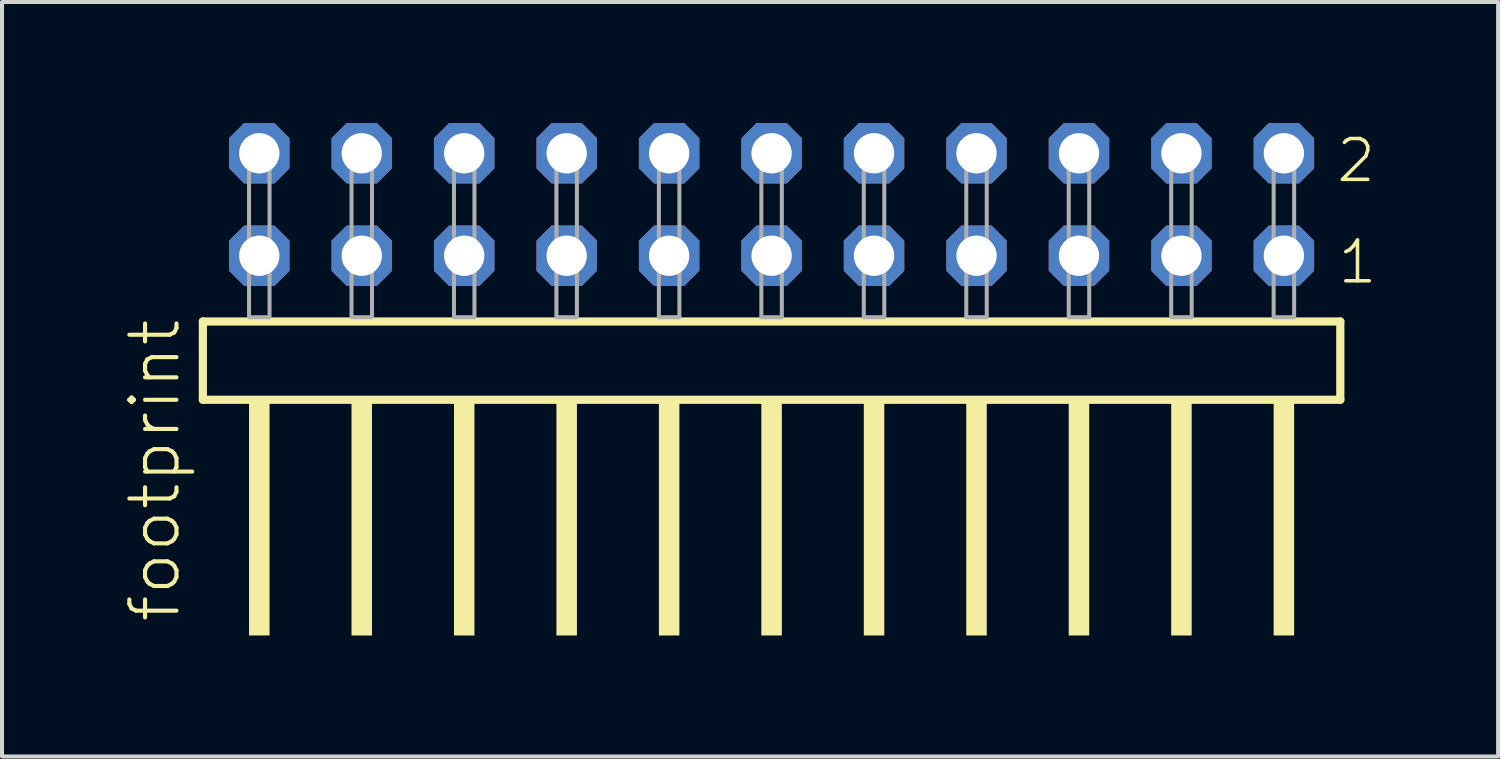
<source format=kicad_pcb>
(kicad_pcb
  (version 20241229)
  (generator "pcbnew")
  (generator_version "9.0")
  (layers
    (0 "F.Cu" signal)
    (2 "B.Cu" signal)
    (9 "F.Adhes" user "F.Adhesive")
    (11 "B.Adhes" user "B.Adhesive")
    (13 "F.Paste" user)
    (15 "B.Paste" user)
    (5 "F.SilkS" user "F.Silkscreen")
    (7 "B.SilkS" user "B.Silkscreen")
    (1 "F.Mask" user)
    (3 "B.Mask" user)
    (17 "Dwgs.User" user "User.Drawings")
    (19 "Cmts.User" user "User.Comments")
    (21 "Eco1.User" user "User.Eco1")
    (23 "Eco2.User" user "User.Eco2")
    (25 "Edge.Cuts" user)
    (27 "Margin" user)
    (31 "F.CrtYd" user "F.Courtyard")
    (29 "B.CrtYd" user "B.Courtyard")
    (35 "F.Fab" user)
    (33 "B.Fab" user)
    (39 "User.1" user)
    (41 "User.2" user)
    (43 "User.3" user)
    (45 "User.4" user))
  (footprint "footprint"
    (layer "F.Cu")
    (at 16.078 4.814)
    (property "Reference" "footprint" (at -14.605 7.62 90) (layer "F.SilkS") (effects (font (size 1.168 1.168) (thickness 0.102)) (justify left bottom)))
    (fp_line (start -14.099 0.106) (end -14.099 2.046) (stroke (width 0.203) (type solid)) (layer "F.SilkS"))
    (fp_line (start -14.099 2.046) (end 14.099 2.046) (stroke (width 0.203) (type solid)) (layer "F.SilkS"))
    (fp_line (start 14.099 0.106) (end -14.099 0.106) (stroke (width 0.203) (type solid)) (layer "F.SilkS"))
    (fp_line (start 14.099 2.046) (end 14.099 0.106) (stroke (width 0.203) (type solid)) (layer "F.SilkS"))
    (fp_poly (pts (xy -12.954 7.89) (xy -12.446 7.89) (xy -12.446 2.04) (xy -12.954 2.04)) (stroke (width 0) (type solid)) (fill yes) (layer "F.SilkS"))
    (fp_poly (pts (xy -10.414 7.89) (xy -9.906 7.89) (xy -9.906 2.04) (xy -10.414 2.04)) (stroke (width 0) (type solid)) (fill yes) (layer "F.SilkS"))
    (fp_poly (pts (xy -7.874 7.89) (xy -7.366 7.89) (xy -7.366 2.04) (xy -7.874 2.04)) (stroke (width 0) (type solid)) (fill yes) (layer "F.SilkS"))
    (fp_poly (pts (xy -5.334 7.89) (xy -4.826 7.89) (xy -4.826 2.04) (xy -5.334 2.04)) (stroke (width 0) (type solid)) (fill yes) (layer "F.SilkS"))
    (fp_poly (pts (xy -2.794 7.89) (xy -2.286 7.89) (xy -2.286 2.04) (xy -2.794 2.04)) (stroke (width 0) (type solid)) (fill yes) (layer "F.SilkS"))
    (fp_poly (pts (xy -0.254 7.89) (xy 0.254 7.89) (xy 0.254 2.04) (xy -0.254 2.04)) (stroke (width 0) (type solid)) (fill yes) (layer "F.SilkS"))
    (fp_poly (pts (xy 2.286 7.89) (xy 2.794 7.89) (xy 2.794 2.04) (xy 2.286 2.04)) (stroke (width 0) (type solid)) (fill yes) (layer "F.SilkS"))
    (fp_poly (pts (xy 4.826 7.89) (xy 5.334 7.89) (xy 5.334 2.04) (xy 4.826 2.04)) (stroke (width 0) (type solid)) (fill yes) (layer "F.SilkS"))
    (fp_poly (pts (xy 7.366 7.89) (xy 7.874 7.89) (xy 7.874 2.04) (xy 7.366 2.04)) (stroke (width 0) (type solid)) (fill yes) (layer "F.SilkS"))
    (fp_poly (pts (xy 9.906 7.89) (xy 10.414 7.89) (xy 10.414 2.04) (xy 9.906 2.04)) (stroke (width 0) (type solid)) (fill yes) (layer "F.SilkS"))
    (fp_poly (pts (xy 12.446 7.89) (xy 12.954 7.89) (xy 12.954 2.04) (xy 12.446 2.04)) (stroke (width 0) (type solid)) (fill yes) (layer "F.SilkS"))
    (fp_poly (pts (xy -12.954 0) (xy -12.446 0) (xy -12.446 -4.318) (xy -12.954 -4.318)) (stroke (width 0.1) (type solid)) (fill no) (layer "F.Fab"))
    (fp_poly (pts (xy -10.414 0) (xy -9.906 0) (xy -9.906 -4.318) (xy -10.414 -4.318)) (stroke (width 0.1) (type solid)) (fill no) (layer "F.Fab"))
    (fp_poly (pts (xy -7.874 0) (xy -7.366 0) (xy -7.366 -4.318) (xy -7.874 -4.318)) (stroke (width 0.1) (type solid)) (fill no) (layer "F.Fab"))
    (fp_poly (pts (xy -5.334 0) (xy -4.826 0) (xy -4.826 -4.318) (xy -5.334 -4.318)) (stroke (width 0.1) (type solid)) (fill no) (layer "F.Fab"))
    (fp_poly (pts (xy -2.794 0) (xy -2.286 0) (xy -2.286 -4.318) (xy -2.794 -4.318)) (stroke (width 0.1) (type solid)) (fill no) (layer "F.Fab"))
    (fp_poly (pts (xy -0.254 0) (xy 0.254 0) (xy 0.254 -4.318) (xy -0.254 -4.318)) (stroke (width 0.1) (type solid)) (fill no) (layer "F.Fab"))
    (fp_poly (pts (xy 2.286 0) (xy 2.794 0) (xy 2.794 -4.318) (xy 2.286 -4.318)) (stroke (width 0.1) (type solid)) (fill no) (layer "F.Fab"))
    (fp_poly (pts (xy 4.826 0) (xy 5.334 0) (xy 5.334 -4.318) (xy 4.826 -4.318)) (stroke (width 0.1) (type solid)) (fill no) (layer "F.Fab"))
    (fp_poly (pts (xy 7.366 0) (xy 7.874 0) (xy 7.874 -4.318) (xy 7.366 -4.318)) (stroke (width 0.1) (type solid)) (fill no) (layer "F.Fab"))
    (fp_poly (pts (xy 9.906 0) (xy 10.414 0) (xy 10.414 -4.318) (xy 9.906 -4.318)) (stroke (width 0.1) (type solid)) (fill no) (layer "F.Fab"))
    (fp_poly (pts (xy 12.446 0) (xy 12.954 0) (xy 12.954 -4.318) (xy 12.446 -4.318)) (stroke (width 0.1) (type solid)) (fill no) (layer "F.Fab"))
    (fp_text user "2" (at 13.95 -3.29 0) (layer "F.SilkS") (effects (font (size 1.012 1.012) (thickness 0.088)) (justify left bottom)))
    (fp_text user "1" (at 13.985 -0.775 0) (layer "F.SilkS") (effects (font (size 1.012 1.012) (thickness 0.088)) (justify left bottom)))
    (pad "1" thru_hole roundrect (at 12.7 -1.524 180) (size 1.5 1.5) (drill 1) (layers "*.Cu" "*.Mask") (roundrect_rratio 0.25) (chamfer_ratio 0.25) (chamfer top_left top_right bottom_left bottom_right))
    (pad "2" thru_hole roundrect (at 12.7 -4.064 180) (size 1.5 1.5) (drill 1) (layers "*.Cu" "*.Mask") (roundrect_rratio 0.25) (chamfer_ratio 0.25) (chamfer top_left top_right bottom_left bottom_right))
    (pad "3" thru_hole roundrect (at 10.16 -1.524 180) (size 1.5 1.5) (drill 1) (layers "*.Cu" "*.Mask") (roundrect_rratio 0.25) (chamfer_ratio 0.25) (chamfer top_left top_right bottom_left bottom_right))
    (pad "4" thru_hole roundrect (at 10.16 -4.064 180) (size 1.5 1.5) (drill 1) (layers "*.Cu" "*.Mask") (roundrect_rratio 0.25) (chamfer_ratio 0.25) (chamfer top_left top_right bottom_left bottom_right))
    (pad "5" thru_hole roundrect (at 7.62 -1.524 180) (size 1.5 1.5) (drill 1) (layers "*.Cu" "*.Mask") (roundrect_rratio 0.25) (chamfer_ratio 0.25) (chamfer top_left top_right bottom_left bottom_right))
    (pad "6" thru_hole roundrect (at 7.62 -4.064 180) (size 1.5 1.5) (drill 1) (layers "*.Cu" "*.Mask") (roundrect_rratio 0.25) (chamfer_ratio 0.25) (chamfer top_left top_right bottom_left bottom_right))
    (pad "7" thru_hole roundrect (at 5.08 -1.524 180) (size 1.5 1.5) (drill 1) (layers "*.Cu" "*.Mask") (roundrect_rratio 0.25) (chamfer_ratio 0.25) (chamfer top_left top_right bottom_left bottom_right))
    (pad "8" thru_hole roundrect (at 5.08 -4.064 180) (size 1.5 1.5) (drill 1) (layers "*.Cu" "*.Mask") (roundrect_rratio 0.25) (chamfer_ratio 0.25) (chamfer top_left top_right bottom_left bottom_right))
    (pad "9" thru_hole roundrect (at 2.54 -1.524 180) (size 1.5 1.5) (drill 1) (layers "*.Cu" "*.Mask") (roundrect_rratio 0.25) (chamfer_ratio 0.25) (chamfer top_left top_right bottom_left bottom_right))
    (pad "10" thru_hole roundrect (at 2.54 -4.064 180) (size 1.5 1.5) (drill 1) (layers "*.Cu" "*.Mask") (roundrect_rratio 0.25) (chamfer_ratio 0.25) (chamfer top_left top_right bottom_left bottom_right))
    (pad "11" thru_hole roundrect (at 0 -1.524 180) (size 1.5 1.5) (drill 1) (layers "*.Cu" "*.Mask") (roundrect_rratio 0.25) (chamfer_ratio 0.25) (chamfer top_left top_right bottom_left bottom_right))
    (pad "12" thru_hole roundrect (at 0 -4.064 180) (size 1.5 1.5) (drill 1) (layers "*.Cu" "*.Mask") (roundrect_rratio 0.25) (chamfer_ratio 0.25) (chamfer top_left top_right bottom_left bottom_right))
    (pad "13" thru_hole roundrect (at -2.54 -1.524 180) (size 1.5 1.5) (drill 1) (layers "*.Cu" "*.Mask") (roundrect_rratio 0.25) (chamfer_ratio 0.25) (chamfer top_left top_right bottom_left bottom_right))
    (pad "14" thru_hole roundrect (at -2.54 -4.064 180) (size 1.5 1.5) (drill 1) (layers "*.Cu" "*.Mask") (roundrect_rratio 0.25) (chamfer_ratio 0.25) (chamfer top_left top_right bottom_left bottom_right))
    (pad "15" thru_hole roundrect (at -5.08 -1.524 180) (size 1.5 1.5) (drill 1) (layers "*.Cu" "*.Mask") (roundrect_rratio 0.25) (chamfer_ratio 0.25) (chamfer top_left top_right bottom_left bottom_right))
    (pad "16" thru_hole roundrect (at -5.08 -4.064 180) (size 1.5 1.5) (drill 1) (layers "*.Cu" "*.Mask") (roundrect_rratio 0.25) (chamfer_ratio 0.25) (chamfer top_left top_right bottom_left bottom_right))
    (pad "17" thru_hole roundrect (at -7.62 -1.524 180) (size 1.5 1.5) (drill 1) (layers "*.Cu" "*.Mask") (roundrect_rratio 0.25) (chamfer_ratio 0.25) (chamfer top_left top_right bottom_left bottom_right))
    (pad "18" thru_hole roundrect (at -7.62 -4.064 180) (size 1.5 1.5) (drill 1) (layers "*.Cu" "*.Mask") (roundrect_rratio 0.25) (chamfer_ratio 0.25) (chamfer top_left top_right bottom_left bottom_right))
    (pad "19" thru_hole roundrect (at -10.16 -1.524 180) (size 1.5 1.5) (drill 1) (layers "*.Cu" "*.Mask") (roundrect_rratio 0.25) (chamfer_ratio 0.25) (chamfer top_left top_right bottom_left bottom_right))
    (pad "20" thru_hole roundrect (at -10.16 -4.064 180) (size 1.5 1.5) (drill 1) (layers "*.Cu" "*.Mask") (roundrect_rratio 0.25) (chamfer_ratio 0.25) (chamfer top_left top_right bottom_left bottom_right))
    (pad "21" thru_hole roundrect (at -12.7 -1.524 180) (size 1.5 1.5) (drill 1) (layers "*.Cu" "*.Mask") (roundrect_rratio 0.25) (chamfer_ratio 0.25) (chamfer top_left top_right bottom_left bottom_right))
    (pad "22" thru_hole roundrect (at -12.7 -4.064 180) (size 1.5 1.5) (drill 1) (layers "*.Cu" "*.Mask") (roundrect_rratio 0.25) (chamfer_ratio 0.25) (chamfer top_left top_right bottom_left bottom_right)))
  (gr_rect
    (start -3 -3)
    (end 34.089 15.704)
    (stroke (width 0.1) (type default))
    (fill no)
    (layer "Edge.Cuts")))
</source>
